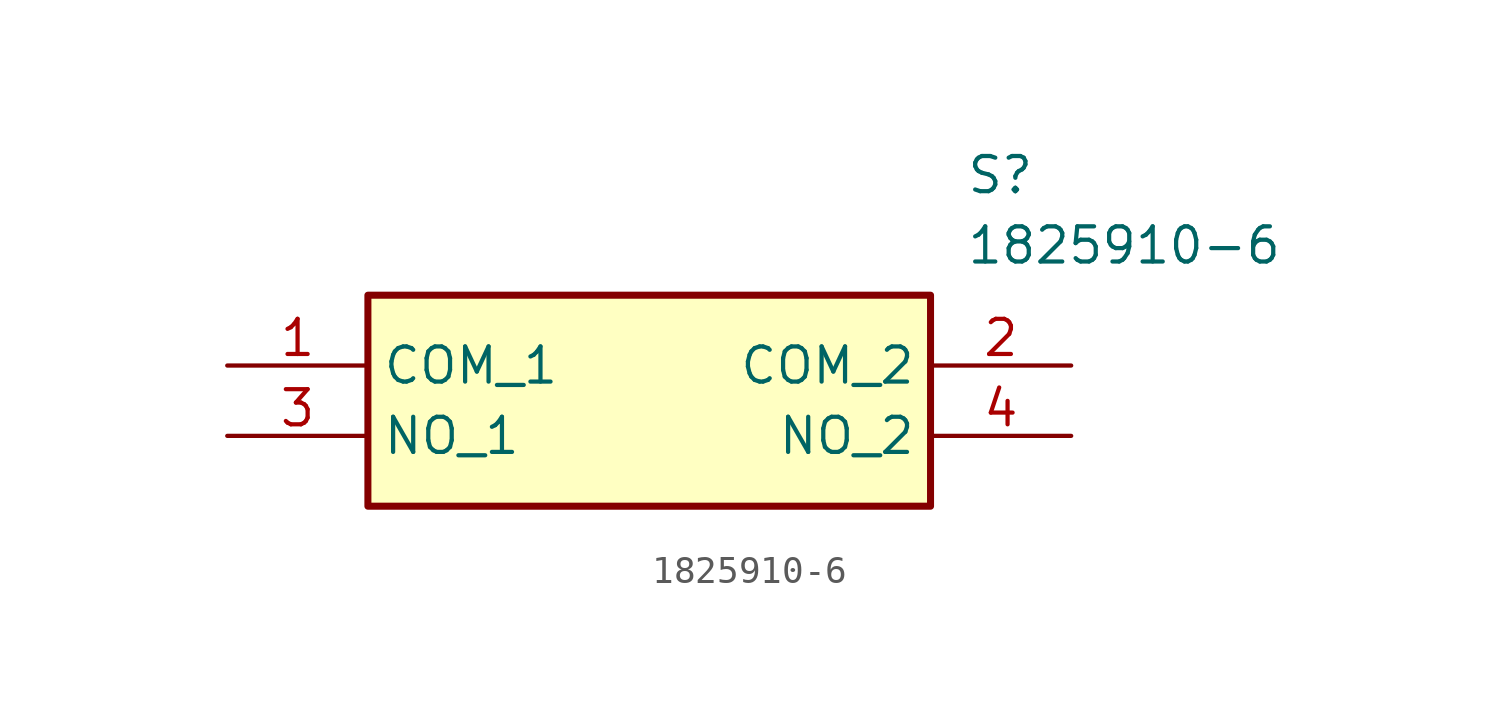
<source format=kicad_sym>
(kicad_symbol_lib
  (version 20211014)
  (generator SamacSys_ECAD_Model)
  (symbol "1825910-6"
    (property "Reference" "S"
      (at 26.67 7.62 0)
      (effects (font (size 1.27 1.27)) (justify left top)))
    (property "Value" "1825910-6"
      (at 26.67 5.08 0)
      (effects (font (size 1.27 1.27)) (justify left top)))
    (rectangle
      (start 5.08 2.54)
      (end 25.4 -5.08)
      (stroke (width 0.254) (type default))
      (fill (type background)))
    (pin passive line
      (at 0 0 0)
      (length 5.08)
      (name "COM_1" (effects (font (size 1.27 1.27))))
      (number "1" (effects (font (size 1.27 1.27)))))
    (pin passive line
      (at 30.48 0 180)
      (length 5.08)
      (name "COM_2" (effects (font (size 1.27 1.27))))
      (number "2" (effects (font (size 1.27 1.27)))))
    (pin passive line
      (at 0 -2.54 0)
      (length 5.08)
      (name "NO_1" (effects (font (size 1.27 1.27))))
      (number "3" (effects (font (size 1.27 1.27)))))
    (pin passive line
      (at 30.48 -2.54 180)
      (length 5.08)
      (name "NO_2" (effects (font (size 1.27 1.27))))
      (number "4" (effects (font (size 1.27 1.27)))))))
</source>
